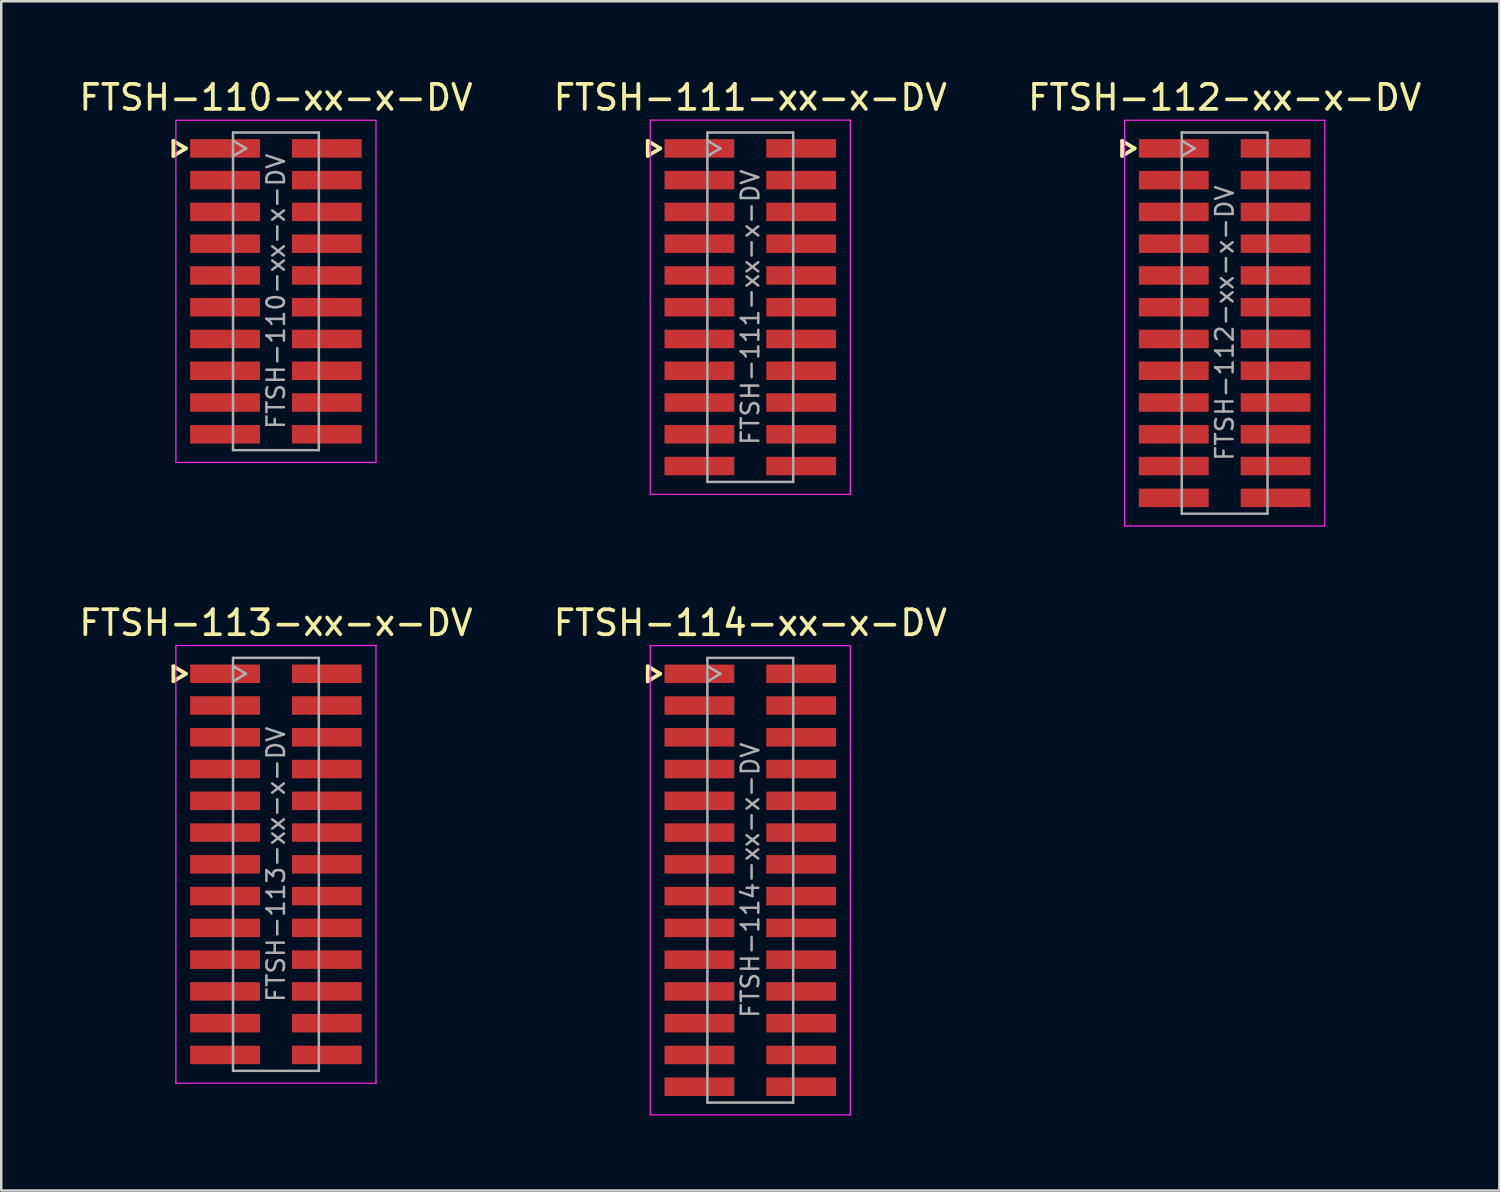
<source format=kicad_pcb>
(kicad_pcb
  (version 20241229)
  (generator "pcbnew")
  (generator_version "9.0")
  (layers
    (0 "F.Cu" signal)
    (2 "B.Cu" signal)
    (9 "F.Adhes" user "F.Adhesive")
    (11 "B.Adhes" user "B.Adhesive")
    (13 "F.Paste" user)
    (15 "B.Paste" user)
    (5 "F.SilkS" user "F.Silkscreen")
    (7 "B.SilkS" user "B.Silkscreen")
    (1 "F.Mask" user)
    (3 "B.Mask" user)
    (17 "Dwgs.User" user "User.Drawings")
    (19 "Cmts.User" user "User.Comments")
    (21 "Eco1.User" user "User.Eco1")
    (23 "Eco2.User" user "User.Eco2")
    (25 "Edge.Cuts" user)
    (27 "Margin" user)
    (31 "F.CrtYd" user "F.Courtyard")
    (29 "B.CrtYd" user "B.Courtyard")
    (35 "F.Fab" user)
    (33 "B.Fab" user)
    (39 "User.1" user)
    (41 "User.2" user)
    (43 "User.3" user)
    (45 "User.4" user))
  (footprint "FTSH-113-xx-x-DV"
    (layer "F.Cu")
    (at 7.982 31.506)
    (property "Reference" "FTSH-113-xx-x-DV" (at 0 -9.655 0) (layer "F.SilkS") (effects (font (size 1 1) (thickness 0.15))))
    (attr smd)
    (fp_line (start -4.1 -7.92) (end -4.1 -7.32) (stroke (width 0.15) (type solid)) (layer "F.SilkS"))
    (fp_line (start -4.1 -7.32) (end -3.6 -7.62) (stroke (width 0.15) (type solid)) (layer "F.SilkS"))
    (fp_line (start -3.6 -7.62) (end -4.1 -7.92) (stroke (width 0.15) (type solid)) (layer "F.SilkS"))
    (fp_line (start -4 -8.75) (end 4 -8.75) (stroke (width 0.05) (type solid)) (layer "F.CrtYd"))
    (fp_line (start -4 8.75) (end -4 -8.75) (stroke (width 0.05) (type solid)) (layer "F.CrtYd"))
    (fp_line (start 4 -8.75) (end 4 8.75) (stroke (width 0.05) (type solid)) (layer "F.CrtYd"))
    (fp_line (start 4 8.75) (end -4 8.75) (stroke (width 0.05) (type solid)) (layer "F.CrtYd"))
    (fp_line (start -1.715 -8.255) (end -1.715 8.255) (stroke (width 0.1) (type solid)) (layer "F.Fab"))
    (fp_line (start -1.715 -8.255) (end 1.715 -8.255) (stroke (width 0.1) (type solid)) (layer "F.Fab"))
    (fp_line (start -1.715 8.255) (end 1.715 8.255) (stroke (width 0.1) (type solid)) (layer "F.Fab"))
    (fp_line (start -1.7 -7.32) (end -1.2 -7.62) (stroke (width 0.1) (type solid)) (layer "F.Fab"))
    (fp_line (start -1.2 -7.62) (end -1.7 -7.92) (stroke (width 0.1) (type solid)) (layer "F.Fab"))
    (fp_line (start 1.715 -8.255) (end 1.715 8.255) (stroke (width 0.1) (type solid)) (layer "F.Fab"))
    (fp_text user "${REFERENCE}" (at 0 0 270) (layer "F.Fab") (effects (font (size 0.7 0.7) (thickness 0.1))))
    (pad "1" smd rect (at -2.035 -7.62) (size 2.79 0.74) (layers "F.Cu" "F.Mask" "F.Paste"))
    (pad "2" smd rect (at 2.035 -7.62) (size 2.79 0.74) (layers "F.Cu" "F.Mask" "F.Paste"))
    (pad "3" smd rect (at -2.035 -6.35) (size 2.79 0.74) (layers "F.Cu" "F.Mask" "F.Paste"))
    (pad "4" smd rect (at 2.035 -6.35) (size 2.79 0.74) (layers "F.Cu" "F.Mask" "F.Paste"))
    (pad "5" smd rect (at -2.035 -5.08) (size 2.79 0.74) (layers "F.Cu" "F.Mask" "F.Paste"))
    (pad "6" smd rect (at 2.035 -5.08) (size 2.79 0.74) (layers "F.Cu" "F.Mask" "F.Paste"))
    (pad "7" smd rect (at -2.035 -3.81) (size 2.79 0.74) (layers "F.Cu" "F.Mask" "F.Paste"))
    (pad "8" smd rect (at 2.035 -3.81) (size 2.79 0.74) (layers "F.Cu" "F.Mask" "F.Paste"))
    (pad "9" smd rect (at -2.035 -2.54) (size 2.79 0.74) (layers "F.Cu" "F.Mask" "F.Paste"))
    (pad "10" smd rect (at 2.035 -2.54) (size 2.79 0.74) (layers "F.Cu" "F.Mask" "F.Paste"))
    (pad "11" smd rect (at -2.035 -1.27) (size 2.79 0.74) (layers "F.Cu" "F.Mask" "F.Paste"))
    (pad "12" smd rect (at 2.035 -1.27) (size 2.79 0.74) (layers "F.Cu" "F.Mask" "F.Paste"))
    (pad "13" smd rect (at -2.035 0) (size 2.79 0.74) (layers "F.Cu" "F.Mask" "F.Paste"))
    (pad "14" smd rect (at 2.035 0) (size 2.79 0.74) (layers "F.Cu" "F.Mask" "F.Paste"))
    (pad "15" smd rect (at -2.035 1.27) (size 2.79 0.74) (layers "F.Cu" "F.Mask" "F.Paste"))
    (pad "16" smd rect (at 2.035 1.27) (size 2.79 0.74) (layers "F.Cu" "F.Mask" "F.Paste"))
    (pad "17" smd rect (at -2.035 2.54) (size 2.79 0.74) (layers "F.Cu" "F.Mask" "F.Paste"))
    (pad "18" smd rect (at 2.035 2.54) (size 2.79 0.74) (layers "F.Cu" "F.Mask" "F.Paste"))
    (pad "19" smd rect (at -2.035 3.81) (size 2.79 0.74) (layers "F.Cu" "F.Mask" "F.Paste"))
    (pad "20" smd rect (at 2.035 3.81) (size 2.79 0.74) (layers "F.Cu" "F.Mask" "F.Paste"))
    (pad "21" smd rect (at -2.035 5.08) (size 2.79 0.74) (layers "F.Cu" "F.Mask" "F.Paste"))
    (pad "22" smd rect (at 2.035 5.08) (size 2.79 0.74) (layers "F.Cu" "F.Mask" "F.Paste"))
    (pad "23" smd rect (at -2.035 6.35) (size 2.79 0.74) (layers "F.Cu" "F.Mask" "F.Paste"))
    (pad "24" smd rect (at 2.035 6.35) (size 2.79 0.74) (layers "F.Cu" "F.Mask" "F.Paste"))
    (pad "25" smd rect (at -2.035 7.62) (size 2.79 0.74) (layers "F.Cu" "F.Mask" "F.Paste"))
    (pad "26" smd rect (at 2.035 7.62) (size 2.79 0.74) (layers "F.Cu" "F.Mask" "F.Paste")))
  (footprint "FTSH-111-xx-x-DV"
    (layer "F.Cu")
    (at 26.946 9.233)
    (property "Reference" "FTSH-111-xx-x-DV" (at 0 -8.385 0) (layer "F.SilkS") (effects (font (size 1 1) (thickness 0.15))))
    (attr smd)
    (fp_line (start -4.1 -6.65) (end -4.1 -6.05) (stroke (width 0.15) (type solid)) (layer "F.SilkS"))
    (fp_line (start -4.1 -6.05) (end -3.6 -6.35) (stroke (width 0.15) (type solid)) (layer "F.SilkS"))
    (fp_line (start -3.6 -6.35) (end -4.1 -6.65) (stroke (width 0.15) (type solid)) (layer "F.SilkS"))
    (fp_line (start -4 -7.48) (end 4 -7.48) (stroke (width 0.05) (type solid)) (layer "F.CrtYd"))
    (fp_line (start -4 7.48) (end -4 -7.48) (stroke (width 0.05) (type solid)) (layer "F.CrtYd"))
    (fp_line (start 4 -7.48) (end 4 7.48) (stroke (width 0.05) (type solid)) (layer "F.CrtYd"))
    (fp_line (start 4 7.48) (end -4 7.48) (stroke (width 0.05) (type solid)) (layer "F.CrtYd"))
    (fp_line (start -1.715 -6.985) (end -1.715 6.985) (stroke (width 0.1) (type solid)) (layer "F.Fab"))
    (fp_line (start -1.715 -6.985) (end 1.715 -6.985) (stroke (width 0.1) (type solid)) (layer "F.Fab"))
    (fp_line (start -1.715 6.985) (end 1.715 6.985) (stroke (width 0.1) (type solid)) (layer "F.Fab"))
    (fp_line (start -1.7 -6.05) (end -1.2 -6.35) (stroke (width 0.1) (type solid)) (layer "F.Fab"))
    (fp_line (start -1.2 -6.35) (end -1.7 -6.65) (stroke (width 0.1) (type solid)) (layer "F.Fab"))
    (fp_line (start 1.715 -6.985) (end 1.715 6.985) (stroke (width 0.1) (type solid)) (layer "F.Fab"))
    (fp_text user "${REFERENCE}" (at 0 0 270) (layer "F.Fab") (effects (font (size 0.7 0.7) (thickness 0.1))))
    (pad "1" smd rect (at -2.035 -6.35) (size 2.79 0.74) (layers "F.Cu" "F.Mask" "F.Paste"))
    (pad "2" smd rect (at 2.035 -6.35) (size 2.79 0.74) (layers "F.Cu" "F.Mask" "F.Paste"))
    (pad "3" smd rect (at -2.035 -5.08) (size 2.79 0.74) (layers "F.Cu" "F.Mask" "F.Paste"))
    (pad "4" smd rect (at 2.035 -5.08) (size 2.79 0.74) (layers "F.Cu" "F.Mask" "F.Paste"))
    (pad "5" smd rect (at -2.035 -3.81) (size 2.79 0.74) (layers "F.Cu" "F.Mask" "F.Paste"))
    (pad "6" smd rect (at 2.035 -3.81) (size 2.79 0.74) (layers "F.Cu" "F.Mask" "F.Paste"))
    (pad "7" smd rect (at -2.035 -2.54) (size 2.79 0.74) (layers "F.Cu" "F.Mask" "F.Paste"))
    (pad "8" smd rect (at 2.035 -2.54) (size 2.79 0.74) (layers "F.Cu" "F.Mask" "F.Paste"))
    (pad "9" smd rect (at -2.035 -1.27) (size 2.79 0.74) (layers "F.Cu" "F.Mask" "F.Paste"))
    (pad "10" smd rect (at 2.035 -1.27) (size 2.79 0.74) (layers "F.Cu" "F.Mask" "F.Paste"))
    (pad "11" smd rect (at -2.035 0) (size 2.79 0.74) (layers "F.Cu" "F.Mask" "F.Paste"))
    (pad "12" smd rect (at 2.035 0) (size 2.79 0.74) (layers "F.Cu" "F.Mask" "F.Paste"))
    (pad "13" smd rect (at -2.035 1.27) (size 2.79 0.74) (layers "F.Cu" "F.Mask" "F.Paste"))
    (pad "14" smd rect (at 2.035 1.27) (size 2.79 0.74) (layers "F.Cu" "F.Mask" "F.Paste"))
    (pad "15" smd rect (at -2.035 2.54) (size 2.79 0.74) (layers "F.Cu" "F.Mask" "F.Paste"))
    (pad "16" smd rect (at 2.035 2.54) (size 2.79 0.74) (layers "F.Cu" "F.Mask" "F.Paste"))
    (pad "17" smd rect (at -2.035 3.81) (size 2.79 0.74) (layers "F.Cu" "F.Mask" "F.Paste"))
    (pad "18" smd rect (at 2.035 3.81) (size 2.79 0.74) (layers "F.Cu" "F.Mask" "F.Paste"))
    (pad "19" smd rect (at -2.035 5.08) (size 2.79 0.74) (layers "F.Cu" "F.Mask" "F.Paste"))
    (pad "20" smd rect (at 2.035 5.08) (size 2.79 0.74) (layers "F.Cu" "F.Mask" "F.Paste"))
    (pad "21" smd rect (at -2.035 6.35) (size 2.79 0.74) (layers "F.Cu" "F.Mask" "F.Paste"))
    (pad "22" smd rect (at 2.035 6.35) (size 2.79 0.74) (layers "F.Cu" "F.Mask" "F.Paste")))
  (footprint "FTSH-112-xx-x-DV"
    (layer "F.Cu")
    (at 45.911 9.868)
    (property "Reference" "FTSH-112-xx-x-DV" (at 0 -9.02 0) (layer "F.SilkS") (effects (font (size 1 1) (thickness 0.15))))
    (attr smd)
    (fp_line (start -4.1 -7.285) (end -4.1 -6.685) (stroke (width 0.15) (type solid)) (layer "F.SilkS"))
    (fp_line (start -4.1 -6.685) (end -3.6 -6.985) (stroke (width 0.15) (type solid)) (layer "F.SilkS"))
    (fp_line (start -3.6 -6.985) (end -4.1 -7.285) (stroke (width 0.15) (type solid)) (layer "F.SilkS"))
    (fp_line (start -4 -8.11) (end 4 -8.11) (stroke (width 0.05) (type solid)) (layer "F.CrtYd"))
    (fp_line (start -4 8.11) (end -4 -8.11) (stroke (width 0.05) (type solid)) (layer "F.CrtYd"))
    (fp_line (start 4 -8.11) (end 4 8.11) (stroke (width 0.05) (type solid)) (layer "F.CrtYd"))
    (fp_line (start 4 8.11) (end -4 8.11) (stroke (width 0.05) (type solid)) (layer "F.CrtYd"))
    (fp_line (start -1.715 -7.62) (end -1.715 7.62) (stroke (width 0.1) (type solid)) (layer "F.Fab"))
    (fp_line (start -1.715 -7.62) (end 1.715 -7.62) (stroke (width 0.1) (type solid)) (layer "F.Fab"))
    (fp_line (start -1.715 7.62) (end 1.715 7.62) (stroke (width 0.1) (type solid)) (layer "F.Fab"))
    (fp_line (start -1.7 -6.685) (end -1.2 -6.985) (stroke (width 0.1) (type solid)) (layer "F.Fab"))
    (fp_line (start -1.2 -6.985) (end -1.7 -7.285) (stroke (width 0.1) (type solid)) (layer "F.Fab"))
    (fp_line (start 1.715 -7.62) (end 1.715 7.62) (stroke (width 0.1) (type solid)) (layer "F.Fab"))
    (fp_text user "${REFERENCE}" (at 0 0 270) (layer "F.Fab") (effects (font (size 0.7 0.7) (thickness 0.1))))
    (pad "1" smd rect (at -2.035 -6.985) (size 2.79 0.74) (layers "F.Cu" "F.Mask" "F.Paste"))
    (pad "2" smd rect (at 2.035 -6.985) (size 2.79 0.74) (layers "F.Cu" "F.Mask" "F.Paste"))
    (pad "3" smd rect (at -2.035 -5.715) (size 2.79 0.74) (layers "F.Cu" "F.Mask" "F.Paste"))
    (pad "4" smd rect (at 2.035 -5.715) (size 2.79 0.74) (layers "F.Cu" "F.Mask" "F.Paste"))
    (pad "5" smd rect (at -2.035 -4.445) (size 2.79 0.74) (layers "F.Cu" "F.Mask" "F.Paste"))
    (pad "6" smd rect (at 2.035 -4.445) (size 2.79 0.74) (layers "F.Cu" "F.Mask" "F.Paste"))
    (pad "7" smd rect (at -2.035 -3.175) (size 2.79 0.74) (layers "F.Cu" "F.Mask" "F.Paste"))
    (pad "8" smd rect (at 2.035 -3.175) (size 2.79 0.74) (layers "F.Cu" "F.Mask" "F.Paste"))
    (pad "9" smd rect (at -2.035 -1.905) (size 2.79 0.74) (layers "F.Cu" "F.Mask" "F.Paste"))
    (pad "10" smd rect (at 2.035 -1.905) (size 2.79 0.74) (layers "F.Cu" "F.Mask" "F.Paste"))
    (pad "11" smd rect (at -2.035 -0.635) (size 2.79 0.74) (layers "F.Cu" "F.Mask" "F.Paste"))
    (pad "12" smd rect (at 2.035 -0.635) (size 2.79 0.74) (layers "F.Cu" "F.Mask" "F.Paste"))
    (pad "13" smd rect (at -2.035 0.635) (size 2.79 0.74) (layers "F.Cu" "F.Mask" "F.Paste"))
    (pad "14" smd rect (at 2.035 0.635) (size 2.79 0.74) (layers "F.Cu" "F.Mask" "F.Paste"))
    (pad "15" smd rect (at -2.035 1.905) (size 2.79 0.74) (layers "F.Cu" "F.Mask" "F.Paste"))
    (pad "16" smd rect (at 2.035 1.905) (size 2.79 0.74) (layers "F.Cu" "F.Mask" "F.Paste"))
    (pad "17" smd rect (at -2.035 3.175) (size 2.79 0.74) (layers "F.Cu" "F.Mask" "F.Paste"))
    (pad "18" smd rect (at 2.035 3.175) (size 2.79 0.74) (layers "F.Cu" "F.Mask" "F.Paste"))
    (pad "19" smd rect (at -2.035 4.445) (size 2.79 0.74) (layers "F.Cu" "F.Mask" "F.Paste"))
    (pad "20" smd rect (at 2.035 4.445) (size 2.79 0.74) (layers "F.Cu" "F.Mask" "F.Paste"))
    (pad "21" smd rect (at -2.035 5.715) (size 2.79 0.74) (layers "F.Cu" "F.Mask" "F.Paste"))
    (pad "22" smd rect (at 2.035 5.715) (size 2.79 0.74) (layers "F.Cu" "F.Mask" "F.Paste"))
    (pad "23" smd rect (at -2.035 6.985) (size 2.79 0.74) (layers "F.Cu" "F.Mask" "F.Paste"))
    (pad "24" smd rect (at 2.035 6.985) (size 2.79 0.74) (layers "F.Cu" "F.Mask" "F.Paste")))
  (footprint "FTSH-110-xx-x-DV"
    (layer "F.Cu")
    (at 7.982 8.598)
    (property "Reference" "FTSH-110-xx-x-DV" (at 0 -7.75 0) (layer "F.SilkS") (effects (font (size 1 1) (thickness 0.15))))
    (attr smd)
    (fp_line (start -4.1 -6.015) (end -4.1 -5.415) (stroke (width 0.15) (type solid)) (layer "F.SilkS"))
    (fp_line (start -4.1 -5.415) (end -3.6 -5.715) (stroke (width 0.15) (type solid)) (layer "F.SilkS"))
    (fp_line (start -3.6 -5.715) (end -4.1 -6.015) (stroke (width 0.15) (type solid)) (layer "F.SilkS"))
    (fp_line (start -4 -6.84) (end 4 -6.84) (stroke (width 0.05) (type solid)) (layer "F.CrtYd"))
    (fp_line (start -4 6.84) (end -4 -6.84) (stroke (width 0.05) (type solid)) (layer "F.CrtYd"))
    (fp_line (start 4 -6.84) (end 4 6.84) (stroke (width 0.05) (type solid)) (layer "F.CrtYd"))
    (fp_line (start 4 6.84) (end -4 6.84) (stroke (width 0.05) (type solid)) (layer "F.CrtYd"))
    (fp_line (start -1.715 -6.35) (end -1.715 6.35) (stroke (width 0.1) (type solid)) (layer "F.Fab"))
    (fp_line (start -1.715 -6.35) (end 1.715 -6.35) (stroke (width 0.1) (type solid)) (layer "F.Fab"))
    (fp_line (start -1.715 6.35) (end 1.715 6.35) (stroke (width 0.1) (type solid)) (layer "F.Fab"))
    (fp_line (start -1.7 -5.415) (end -1.2 -5.715) (stroke (width 0.1) (type solid)) (layer "F.Fab"))
    (fp_line (start -1.2 -5.715) (end -1.7 -6.015) (stroke (width 0.1) (type solid)) (layer "F.Fab"))
    (fp_line (start 1.715 -6.35) (end 1.715 6.35) (stroke (width 0.1) (type solid)) (layer "F.Fab"))
    (fp_text user "${REFERENCE}" (at 0 0 270) (layer "F.Fab") (effects (font (size 0.7 0.7) (thickness 0.1))))
    (pad "1" smd rect (at -2.035 -5.715) (size 2.79 0.74) (layers "F.Cu" "F.Mask" "F.Paste"))
    (pad "2" smd rect (at 2.035 -5.715) (size 2.79 0.74) (layers "F.Cu" "F.Mask" "F.Paste"))
    (pad "3" smd rect (at -2.035 -4.445) (size 2.79 0.74) (layers "F.Cu" "F.Mask" "F.Paste"))
    (pad "4" smd rect (at 2.035 -4.445) (size 2.79 0.74) (layers "F.Cu" "F.Mask" "F.Paste"))
    (pad "5" smd rect (at -2.035 -3.175) (size 2.79 0.74) (layers "F.Cu" "F.Mask" "F.Paste"))
    (pad "6" smd rect (at 2.035 -3.175) (size 2.79 0.74) (layers "F.Cu" "F.Mask" "F.Paste"))
    (pad "7" smd rect (at -2.035 -1.905) (size 2.79 0.74) (layers "F.Cu" "F.Mask" "F.Paste"))
    (pad "8" smd rect (at 2.035 -1.905) (size 2.79 0.74) (layers "F.Cu" "F.Mask" "F.Paste"))
    (pad "9" smd rect (at -2.035 -0.635) (size 2.79 0.74) (layers "F.Cu" "F.Mask" "F.Paste"))
    (pad "10" smd rect (at 2.035 -0.635) (size 2.79 0.74) (layers "F.Cu" "F.Mask" "F.Paste"))
    (pad "11" smd rect (at -2.035 0.635) (size 2.79 0.74) (layers "F.Cu" "F.Mask" "F.Paste"))
    (pad "12" smd rect (at 2.035 0.635) (size 2.79 0.74) (layers "F.Cu" "F.Mask" "F.Paste"))
    (pad "13" smd rect (at -2.035 1.905) (size 2.79 0.74) (layers "F.Cu" "F.Mask" "F.Paste"))
    (pad "14" smd rect (at 2.035 1.905) (size 2.79 0.74) (layers "F.Cu" "F.Mask" "F.Paste"))
    (pad "15" smd rect (at -2.035 3.175) (size 2.79 0.74) (layers "F.Cu" "F.Mask" "F.Paste"))
    (pad "16" smd rect (at 2.035 3.175) (size 2.79 0.74) (layers "F.Cu" "F.Mask" "F.Paste"))
    (pad "17" smd rect (at -2.035 4.445) (size 2.79 0.74) (layers "F.Cu" "F.Mask" "F.Paste"))
    (pad "18" smd rect (at 2.035 4.445) (size 2.79 0.74) (layers "F.Cu" "F.Mask" "F.Paste"))
    (pad "19" smd rect (at -2.035 5.715) (size 2.79 0.74) (layers "F.Cu" "F.Mask" "F.Paste"))
    (pad "20" smd rect (at 2.035 5.715) (size 2.79 0.74) (layers "F.Cu" "F.Mask" "F.Paste")))
  (footprint "FTSH-114-xx-x-DV"
    (layer "F.Cu")
    (at 26.946 32.142)
    (property "Reference" "FTSH-114-xx-x-DV" (at 0 -10.29 0) (layer "F.SilkS") (effects (font (size 1 1) (thickness 0.15))))
    (attr smd)
    (fp_line (start -4.1 -8.555) (end -4.1 -7.955) (stroke (width 0.15) (type solid)) (layer "F.SilkS"))
    (fp_line (start -4.1 -7.955) (end -3.6 -8.255) (stroke (width 0.15) (type solid)) (layer "F.SilkS"))
    (fp_line (start -3.6 -8.255) (end -4.1 -8.555) (stroke (width 0.15) (type solid)) (layer "F.SilkS"))
    (fp_line (start -4 -9.38) (end 4 -9.38) (stroke (width 0.05) (type solid)) (layer "F.CrtYd"))
    (fp_line (start -4 9.38) (end -4 -9.38) (stroke (width 0.05) (type solid)) (layer "F.CrtYd"))
    (fp_line (start 4 -9.38) (end 4 9.38) (stroke (width 0.05) (type solid)) (layer "F.CrtYd"))
    (fp_line (start 4 9.38) (end -4 9.38) (stroke (width 0.05) (type solid)) (layer "F.CrtYd"))
    (fp_line (start -1.715 -8.89) (end -1.715 8.89) (stroke (width 0.1) (type solid)) (layer "F.Fab"))
    (fp_line (start -1.715 -8.89) (end 1.715 -8.89) (stroke (width 0.1) (type solid)) (layer "F.Fab"))
    (fp_line (start -1.715 8.89) (end 1.715 8.89) (stroke (width 0.1) (type solid)) (layer "F.Fab"))
    (fp_line (start -1.7 -7.955) (end -1.2 -8.255) (stroke (width 0.1) (type solid)) (layer "F.Fab"))
    (fp_line (start -1.2 -8.255) (end -1.7 -8.555) (stroke (width 0.1) (type solid)) (layer "F.Fab"))
    (fp_line (start 1.715 -8.89) (end 1.715 8.89) (stroke (width 0.1) (type solid)) (layer "F.Fab"))
    (fp_text user "${REFERENCE}" (at 0 0 270) (layer "F.Fab") (effects (font (size 0.7 0.7) (thickness 0.1))))
    (pad "1" smd rect (at -2.035 -8.255) (size 2.79 0.74) (layers "F.Cu" "F.Mask" "F.Paste"))
    (pad "2" smd rect (at 2.035 -8.255) (size 2.79 0.74) (layers "F.Cu" "F.Mask" "F.Paste"))
    (pad "3" smd rect (at -2.035 -6.985) (size 2.79 0.74) (layers "F.Cu" "F.Mask" "F.Paste"))
    (pad "4" smd rect (at 2.035 -6.985) (size 2.79 0.74) (layers "F.Cu" "F.Mask" "F.Paste"))
    (pad "5" smd rect (at -2.035 -5.715) (size 2.79 0.74) (layers "F.Cu" "F.Mask" "F.Paste"))
    (pad "6" smd rect (at 2.035 -5.715) (size 2.79 0.74) (layers "F.Cu" "F.Mask" "F.Paste"))
    (pad "7" smd rect (at -2.035 -4.445) (size 2.79 0.74) (layers "F.Cu" "F.Mask" "F.Paste"))
    (pad "8" smd rect (at 2.035 -4.445) (size 2.79 0.74) (layers "F.Cu" "F.Mask" "F.Paste"))
    (pad "9" smd rect (at -2.035 -3.175) (size 2.79 0.74) (layers "F.Cu" "F.Mask" "F.Paste"))
    (pad "10" smd rect (at 2.035 -3.175) (size 2.79 0.74) (layers "F.Cu" "F.Mask" "F.Paste"))
    (pad "11" smd rect (at -2.035 -1.905) (size 2.79 0.74) (layers "F.Cu" "F.Mask" "F.Paste"))
    (pad "12" smd rect (at 2.035 -1.905) (size 2.79 0.74) (layers "F.Cu" "F.Mask" "F.Paste"))
    (pad "13" smd rect (at -2.035 -0.635) (size 2.79 0.74) (layers "F.Cu" "F.Mask" "F.Paste"))
    (pad "14" smd rect (at 2.035 -0.635) (size 2.79 0.74) (layers "F.Cu" "F.Mask" "F.Paste"))
    (pad "15" smd rect (at -2.035 0.635) (size 2.79 0.74) (layers "F.Cu" "F.Mask" "F.Paste"))
    (pad "16" smd rect (at 2.035 0.635) (size 2.79 0.74) (layers "F.Cu" "F.Mask" "F.Paste"))
    (pad "17" smd rect (at -2.035 1.905) (size 2.79 0.74) (layers "F.Cu" "F.Mask" "F.Paste"))
    (pad "18" smd rect (at 2.035 1.905) (size 2.79 0.74) (layers "F.Cu" "F.Mask" "F.Paste"))
    (pad "19" smd rect (at -2.035 3.175) (size 2.79 0.74) (layers "F.Cu" "F.Mask" "F.Paste"))
    (pad "20" smd rect (at 2.035 3.175) (size 2.79 0.74) (layers "F.Cu" "F.Mask" "F.Paste"))
    (pad "21" smd rect (at -2.035 4.445) (size 2.79 0.74) (layers "F.Cu" "F.Mask" "F.Paste"))
    (pad "22" smd rect (at 2.035 4.445) (size 2.79 0.74) (layers "F.Cu" "F.Mask" "F.Paste"))
    (pad "23" smd rect (at -2.035 5.715) (size 2.79 0.74) (layers "F.Cu" "F.Mask" "F.Paste"))
    (pad "24" smd rect (at 2.035 5.715) (size 2.79 0.74) (layers "F.Cu" "F.Mask" "F.Paste"))
    (pad "25" smd rect (at -2.035 6.985) (size 2.79 0.74) (layers "F.Cu" "F.Mask" "F.Paste"))
    (pad "26" smd rect (at 2.035 6.985) (size 2.79 0.74) (layers "F.Cu" "F.Mask" "F.Paste"))
    (pad "27" smd rect (at -2.035 8.255) (size 2.79 0.74) (layers "F.Cu" "F.Mask" "F.Paste"))
    (pad "28" smd rect (at 2.035 8.255) (size 2.79 0.74) (layers "F.Cu" "F.Mask" "F.Paste")))
  (gr_rect
    (start -3 -3)
    (end 56.893 44.547)
    (stroke (width 0.1) (type default))
    (fill no)
    (layer "Edge.Cuts")))
</source>
